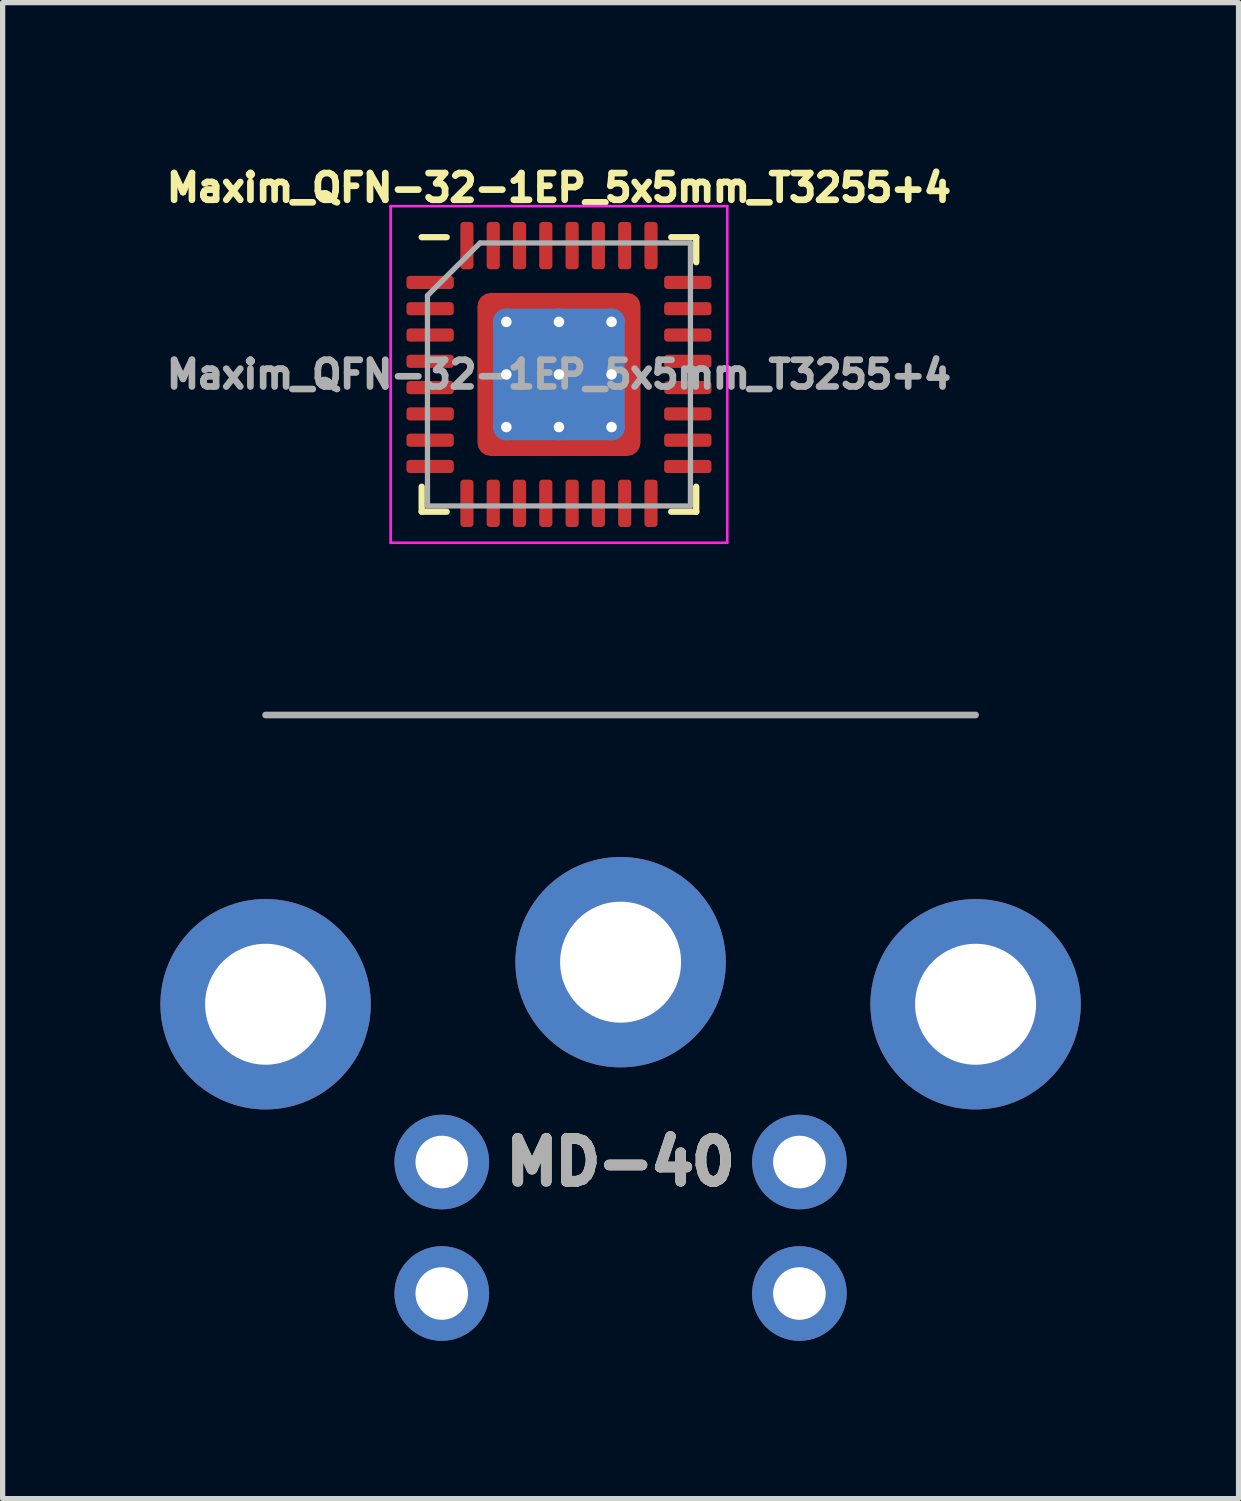
<source format=kicad_pcb>
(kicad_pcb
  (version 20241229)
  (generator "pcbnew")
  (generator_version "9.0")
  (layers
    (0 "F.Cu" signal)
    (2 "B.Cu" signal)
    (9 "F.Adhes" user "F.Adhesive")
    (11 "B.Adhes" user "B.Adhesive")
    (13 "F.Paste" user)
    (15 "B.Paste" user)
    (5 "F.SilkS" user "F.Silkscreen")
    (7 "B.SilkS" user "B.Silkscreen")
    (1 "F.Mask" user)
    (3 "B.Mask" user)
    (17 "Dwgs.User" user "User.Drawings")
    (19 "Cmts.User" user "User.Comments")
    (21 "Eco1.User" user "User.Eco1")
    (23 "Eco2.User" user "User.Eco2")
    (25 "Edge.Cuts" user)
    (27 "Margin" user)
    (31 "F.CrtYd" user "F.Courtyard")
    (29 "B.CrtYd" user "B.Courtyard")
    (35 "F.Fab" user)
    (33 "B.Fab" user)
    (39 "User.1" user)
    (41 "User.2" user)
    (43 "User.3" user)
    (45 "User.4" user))
  (footprint "Maxim_QFN-32-1EP_5x5mm_T3255+4"
    (layer "F.Cu")
    (at 7.578 4.07)
    (property "Reference" "Maxim_QFN-32-1EP_5x5mm_T3255+4" (at 0 -3.55 0) (layer "F.SilkS") (effects (font (size 0.508 0.508) (thickness 0.127))))
    (attr smd)
    (fp_line (start -2.61 2.61) (end -2.61 2.135) (stroke (width 0.12) (type solid)) (layer "F.SilkS"))
    (fp_line (start -2.135 -2.61) (end -2.61 -2.61) (stroke (width 0.12) (type solid)) (layer "F.SilkS"))
    (fp_line (start -2.135 2.61) (end -2.61 2.61) (stroke (width 0.12) (type solid)) (layer "F.SilkS"))
    (fp_line (start 2.135 -2.61) (end 2.61 -2.61) (stroke (width 0.12) (type solid)) (layer "F.SilkS"))
    (fp_line (start 2.135 2.61) (end 2.61 2.61) (stroke (width 0.12) (type solid)) (layer "F.SilkS"))
    (fp_line (start 2.61 -2.61) (end 2.61 -2.135) (stroke (width 0.12) (type solid)) (layer "F.SilkS"))
    (fp_line (start 2.61 2.61) (end 2.61 2.135) (stroke (width 0.12) (type solid)) (layer "F.SilkS"))
    (fp_line (start -3.2 -3.2) (end -3.2 3.2) (stroke (width 0.05) (type solid)) (layer "F.CrtYd"))
    (fp_line (start -3.2 3.2) (end 3.2 3.2) (stroke (width 0.05) (type solid)) (layer "F.CrtYd"))
    (fp_line (start 3.2 -3.2) (end -3.2 -3.2) (stroke (width 0.05) (type solid)) (layer "F.CrtYd"))
    (fp_line (start 3.2 3.2) (end 3.2 -3.2) (stroke (width 0.05) (type solid)) (layer "F.CrtYd"))
    (fp_line (start -2.5 -1.5) (end -1.5 -2.5) (stroke (width 0.1) (type solid)) (layer "F.Fab"))
    (fp_line (start -2.5 2.5) (end -2.5 -1.5) (stroke (width 0.1) (type solid)) (layer "F.Fab"))
    (fp_line (start -1.5 -2.5) (end 2.5 -2.5) (stroke (width 0.1) (type solid)) (layer "F.Fab"))
    (fp_line (start 2.5 -2.5) (end 2.5 2.5) (stroke (width 0.1) (type solid)) (layer "F.Fab"))
    (fp_line (start 2.5 2.5) (end -2.5 2.5) (stroke (width 0.1) (type solid)) (layer "F.Fab"))
    (fp_text user "${REFERENCE}" (at 0 0 0) (layer "F.Fab") (effects (font (size 0.508 0.508) (thickness 0.127))))
    (pad "" smd custom (at -1.275 -1.275) (size 0.319 0.319) (layers "F.Paste") (options (anchor circle)) (primitives (gr_poly (pts (xy -0.222 -0.222) (xy 0.222 -0.222) (xy 0.222 0.045) (xy 0.045 0.222) (xy -0.222 0.222)) (width 0) (fill yes))))
    (pad "" smd custom (at -1.275 -0.5) (size 0.35 0.35) (layers "F.Paste") (options (anchor circle)) (primitives (gr_poly (pts (xy -0.222 -0.403) (xy 0.089 -0.403) (xy 0.222 -0.27) (xy 0.222 0.27) (xy 0.089 0.403) (xy -0.222 0.403)) (width 0) (fill yes))))
    (pad "" smd custom (at -1.275 0.5) (size 0.35 0.35) (layers "F.Paste") (options (anchor circle)) (primitives (gr_poly (pts (xy -0.222 -0.403) (xy 0.089 -0.403) (xy 0.222 -0.27) (xy 0.222 0.27) (xy 0.089 0.403) (xy -0.222 0.403)) (width 0) (fill yes))))
    (pad "" smd custom (at -1.275 1.275) (size 0.319 0.319) (layers "F.Paste") (options (anchor circle)) (primitives (gr_poly (pts (xy -0.222 -0.222) (xy 0.045 -0.222) (xy 0.222 -0.045) (xy 0.222 0.222) (xy -0.222 0.222)) (width 0) (fill yes))))
    (pad "" smd custom (at -0.5 -1.275) (size 0.35 0.35) (layers "F.Paste") (options (anchor circle)) (primitives (gr_poly (pts (xy -0.403 -0.222) (xy 0.403 -0.222) (xy 0.403 0.089) (xy 0.27 0.222) (xy -0.27 0.222) (xy -0.403 0.089)) (width 0) (fill yes))))
    (pad "" smd roundrect (at -0.5 -0.5) (size 0.806 0.806) (layers "F.Paste") (roundrect_rratio 0.25))
    (pad "" smd roundrect (at -0.5 0.5) (size 0.806 0.806) (layers "F.Paste") (roundrect_rratio 0.25))
    (pad "" smd custom (at -0.5 1.275) (size 0.35 0.35) (layers "F.Paste") (options (anchor circle)) (primitives (gr_poly (pts (xy -0.403 -0.089) (xy -0.27 -0.222) (xy 0.27 -0.222) (xy 0.403 -0.089) (xy 0.403 0.222) (xy -0.403 0.222)) (width 0) (fill yes))))
    (pad "" smd custom (at 0.5 -1.275) (size 0.35 0.35) (layers "F.Paste") (options (anchor circle)) (primitives (gr_poly (pts (xy -0.403 -0.222) (xy 0.403 -0.222) (xy 0.403 0.089) (xy 0.27 0.222) (xy -0.27 0.222) (xy -0.403 0.089)) (width 0) (fill yes))))
    (pad "" smd roundrect (at 0.5 -0.5) (size 0.806 0.806) (layers "F.Paste") (roundrect_rratio 0.25))
    (pad "" smd roundrect (at 0.5 0.5) (size 0.806 0.806) (layers "F.Paste") (roundrect_rratio 0.25))
    (pad "" smd custom (at 0.5 1.275) (size 0.35 0.35) (layers "F.Paste") (options (anchor circle)) (primitives (gr_poly (pts (xy -0.403 -0.089) (xy -0.27 -0.222) (xy 0.27 -0.222) (xy 0.403 -0.089) (xy 0.403 0.222) (xy -0.403 0.222)) (width 0) (fill yes))))
    (pad "" smd custom (at 1.275 -1.275) (size 0.319 0.319) (layers "F.Paste") (options (anchor circle)) (primitives (gr_poly (pts (xy -0.222 -0.222) (xy 0.222 -0.222) (xy 0.222 0.222) (xy -0.045 0.222) (xy -0.222 0.045)) (width 0) (fill yes))))
    (pad "" smd custom (at 1.275 -0.5) (size 0.35 0.35) (layers "F.Paste") (options (anchor circle)) (primitives (gr_poly (pts (xy -0.222 -0.27) (xy -0.089 -0.403) (xy 0.222 -0.403) (xy 0.222 0.403) (xy -0.089 0.403) (xy -0.222 0.27)) (width 0) (fill yes))))
    (pad "" smd custom (at 1.275 0.5) (size 0.35 0.35) (layers "F.Paste") (options (anchor circle)) (primitives (gr_poly (pts (xy -0.222 -0.27) (xy -0.089 -0.403) (xy 0.222 -0.403) (xy 0.222 0.403) (xy -0.089 0.403) (xy -0.222 0.27)) (width 0) (fill yes))))
    (pad "" smd custom (at 1.275 1.275) (size 0.319 0.319) (layers "F.Paste") (options (anchor circle)) (primitives (gr_poly (pts (xy -0.222 -0.045) (xy -0.045 -0.222) (xy 0.222 -0.222) (xy 0.222 0.222) (xy -0.222 0.222)) (width 0) (fill yes))))
    (pad "1" smd roundrect (at -2.45 -1.75) (size 0.9 0.25) (layers "F.Cu" "F.Mask" "F.Paste") (roundrect_rratio 0.25))
    (pad "2" smd roundrect (at -2.45 -1.25) (size 0.9 0.25) (layers "F.Cu" "F.Mask" "F.Paste") (roundrect_rratio 0.25))
    (pad "3" smd roundrect (at -2.45 -0.75) (size 0.9 0.25) (layers "F.Cu" "F.Mask" "F.Paste") (roundrect_rratio 0.25))
    (pad "4" smd roundrect (at -2.45 -0.25) (size 0.9 0.25) (layers "F.Cu" "F.Mask" "F.Paste") (roundrect_rratio 0.25))
    (pad "5" smd roundrect (at -2.45 0.25) (size 0.9 0.25) (layers "F.Cu" "F.Mask" "F.Paste") (roundrect_rratio 0.25))
    (pad "6" smd roundrect (at -2.45 0.75) (size 0.9 0.25) (layers "F.Cu" "F.Mask" "F.Paste") (roundrect_rratio 0.25))
    (pad "7" smd roundrect (at -2.45 1.25) (size 0.9 0.25) (layers "F.Cu" "F.Mask" "F.Paste") (roundrect_rratio 0.25))
    (pad "8" smd roundrect (at -2.45 1.75) (size 0.9 0.25) (layers "F.Cu" "F.Mask" "F.Paste") (roundrect_rratio 0.25))
    (pad "9" smd roundrect (at -1.75 2.45) (size 0.25 0.9) (layers "F.Cu" "F.Mask" "F.Paste") (roundrect_rratio 0.25))
    (pad "10" smd roundrect (at -1.25 2.45) (size 0.25 0.9) (layers "F.Cu" "F.Mask" "F.Paste") (roundrect_rratio 0.25))
    (pad "11" smd roundrect (at -0.75 2.45) (size 0.25 0.9) (layers "F.Cu" "F.Mask" "F.Paste") (roundrect_rratio 0.25))
    (pad "12" smd roundrect (at -0.25 2.45) (size 0.25 0.9) (layers "F.Cu" "F.Mask" "F.Paste") (roundrect_rratio 0.25))
    (pad "13" smd roundrect (at 0.25 2.45) (size 0.25 0.9) (layers "F.Cu" "F.Mask" "F.Paste") (roundrect_rratio 0.25))
    (pad "14" smd roundrect (at 0.75 2.45) (size 0.25 0.9) (layers "F.Cu" "F.Mask" "F.Paste") (roundrect_rratio 0.25))
    (pad "15" smd roundrect (at 1.25 2.45) (size 0.25 0.9) (layers "F.Cu" "F.Mask" "F.Paste") (roundrect_rratio 0.25))
    (pad "16" smd roundrect (at 1.75 2.45) (size 0.25 0.9) (layers "F.Cu" "F.Mask" "F.Paste") (roundrect_rratio 0.25))
    (pad "17" smd roundrect (at 2.45 1.75) (size 0.9 0.25) (layers "F.Cu" "F.Mask" "F.Paste") (roundrect_rratio 0.25))
    (pad "18" smd roundrect (at 2.45 1.25) (size 0.9 0.25) (layers "F.Cu" "F.Mask" "F.Paste") (roundrect_rratio 0.25))
    (pad "19" smd roundrect (at 2.45 0.75) (size 0.9 0.25) (layers "F.Cu" "F.Mask" "F.Paste") (roundrect_rratio 0.25))
    (pad "20" smd roundrect (at 2.45 0.25) (size 0.9 0.25) (layers "F.Cu" "F.Mask" "F.Paste") (roundrect_rratio 0.25))
    (pad "21" smd roundrect (at 2.45 -0.25) (size 0.9 0.25) (layers "F.Cu" "F.Mask" "F.Paste") (roundrect_rratio 0.25))
    (pad "22" smd roundrect (at 2.45 -0.75) (size 0.9 0.25) (layers "F.Cu" "F.Mask" "F.Paste") (roundrect_rratio 0.25))
    (pad "23" smd roundrect (at 2.45 -1.25) (size 0.9 0.25) (layers "F.Cu" "F.Mask" "F.Paste") (roundrect_rratio 0.25))
    (pad "24" smd roundrect (at 2.45 -1.75) (size 0.9 0.25) (layers "F.Cu" "F.Mask" "F.Paste") (roundrect_rratio 0.25))
    (pad "25" smd roundrect (at 1.75 -2.45) (size 0.25 0.9) (layers "F.Cu" "F.Mask" "F.Paste") (roundrect_rratio 0.25))
    (pad "26" smd roundrect (at 1.25 -2.45) (size 0.25 0.9) (layers "F.Cu" "F.Mask" "F.Paste") (roundrect_rratio 0.25))
    (pad "27" smd roundrect (at 0.75 -2.45) (size 0.25 0.9) (layers "F.Cu" "F.Mask" "F.Paste") (roundrect_rratio 0.25))
    (pad "28" smd roundrect (at 0.25 -2.45) (size 0.25 0.9) (layers "F.Cu" "F.Mask" "F.Paste") (roundrect_rratio 0.25))
    (pad "29" smd roundrect (at -0.25 -2.45) (size 0.25 0.9) (layers "F.Cu" "F.Mask" "F.Paste") (roundrect_rratio 0.25))
    (pad "30" smd roundrect (at -0.75 -2.45) (size 0.25 0.9) (layers "F.Cu" "F.Mask" "F.Paste") (roundrect_rratio 0.25))
    (pad "31" smd roundrect (at -1.25 -2.45) (size 0.25 0.9) (layers "F.Cu" "F.Mask" "F.Paste") (roundrect_rratio 0.25))
    (pad "32" smd roundrect (at -1.75 -2.45) (size 0.25 0.9) (layers "F.Cu" "F.Mask" "F.Paste") (roundrect_rratio 0.25))
    (pad "33" thru_hole circle (at -1 -1) (size 0.51 0.51) (drill 0.2) (layers "*.Cu" "B.Mask"))
    (pad "33" thru_hole circle (at -1 0) (size 0.51 0.51) (drill 0.2) (layers "*.Cu" "B.Mask"))
    (pad "33" thru_hole circle (at -1 1) (size 0.51 0.51) (drill 0.2) (layers "*.Cu" "B.Mask"))
    (pad "33" thru_hole circle (at 0 -1) (size 0.51 0.51) (drill 0.2) (layers "*.Cu" "B.Mask"))
    (pad "33" thru_hole circle (at 0 0) (size 0.51 0.51) (drill 0.2) (layers "*.Cu" "B.Mask"))
    (pad "33" smd roundrect (at 0 0) (size 2.5 2.5) (layers "B.Cu" "B.Mask") (roundrect_rratio 0.1))
    (pad "33" smd roundrect (at 0 0) (size 3.1 3.1) (layers "F.Cu" "F.Mask") (roundrect_rratio 0.081))
    (pad "33" thru_hole circle (at 0 1) (size 0.51 0.51) (drill 0.2) (layers "*.Cu" "B.Mask"))
    (pad "33" thru_hole circle (at 1 -1) (size 0.51 0.51) (drill 0.2) (layers "*.Cu" "B.Mask"))
    (pad "33" thru_hole circle (at 1 0) (size 0.51 0.51) (drill 0.2) (layers "*.Cu" "B.Mask"))
    (pad "33" thru_hole circle (at 1 1) (size 0.51 0.51) (drill 0.2) (layers "*.Cu" "B.Mask")))
  (footprint "MD-40"
    (layer "F.Cu")
    (at 8.75 10.545)
    (property "Reference" "MD-40" (at 0 8.5 0) (layer "F.Fab") (effects (font (size 0.813 0.813) (thickness 0.203))))
    (attr through_hole)
    (fp_line (start -6.75 0) (end 6.75 0) (stroke (width 0.127) (type solid)) (layer "F.Fab"))
    (fp_text user "${REFERENCE}" (at 0 8.5 0) (layer "F.SilkS") (effects (font (size 0.813 0.813) (thickness 0.203))))
    (pad "1" thru_hole circle (at -3.4 8.5) (size 1.8 1.8) (drill 1) (layers "*.Cu" "*.Mask"))
    (pad "2" thru_hole circle (at 3.4 8.5) (size 1.8 1.8) (drill 1) (layers "*.Cu" "*.Mask"))
    (pad "3" thru_hole circle (at -3.4 11) (size 1.8 1.8) (drill 1) (layers "*.Cu" "*.Mask"))
    (pad "4" thru_hole circle (at 3.4 11) (size 1.8 1.8) (drill 1) (layers "*.Cu" "*.Mask"))
    (pad "5" thru_hole circle (at -6.75 5.5) (size 4 4) (drill 2.3) (layers "*.Cu" "*.Mask"))
    (pad "5" thru_hole circle (at 0 4.7) (size 4 4) (drill 2.3) (layers "*.Cu" "*.Mask"))
    (pad "5" thru_hole circle (at 6.75 5.5) (size 4 4) (drill 2.3) (layers "*.Cu" "*.Mask")))
  (gr_rect
    (start -3 -3)
    (end 20.5 25.445)
    (stroke (width 0.1) (type default))
    (fill no)
    (layer "Edge.Cuts")))
</source>
